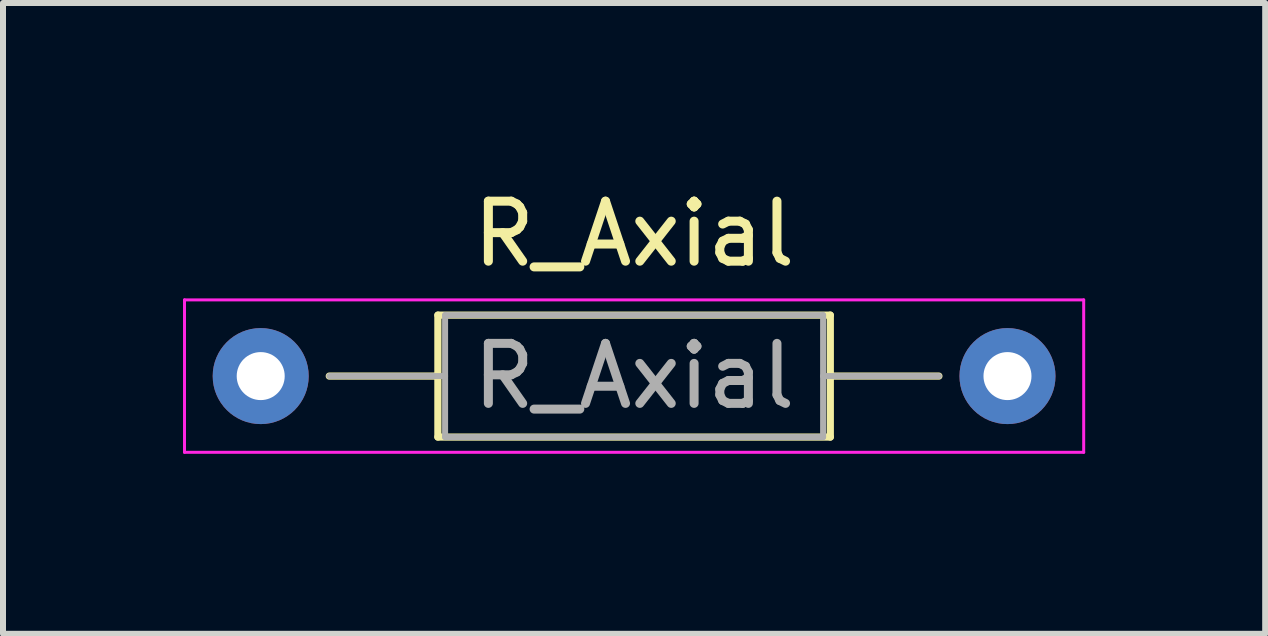
<source format=kicad_pcb>
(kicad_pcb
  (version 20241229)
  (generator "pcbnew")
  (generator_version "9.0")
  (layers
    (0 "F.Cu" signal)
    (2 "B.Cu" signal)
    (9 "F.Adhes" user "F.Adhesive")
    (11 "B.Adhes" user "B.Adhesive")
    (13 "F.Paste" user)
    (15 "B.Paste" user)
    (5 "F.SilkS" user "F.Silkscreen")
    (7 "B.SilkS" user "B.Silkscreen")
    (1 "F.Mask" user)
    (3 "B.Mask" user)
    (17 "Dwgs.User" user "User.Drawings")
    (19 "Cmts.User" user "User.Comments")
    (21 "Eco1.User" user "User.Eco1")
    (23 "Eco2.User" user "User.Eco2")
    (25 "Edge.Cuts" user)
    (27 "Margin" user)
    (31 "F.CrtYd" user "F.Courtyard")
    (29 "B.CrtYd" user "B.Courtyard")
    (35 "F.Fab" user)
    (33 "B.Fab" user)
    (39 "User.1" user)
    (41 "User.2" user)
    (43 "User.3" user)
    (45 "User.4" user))
  (footprint "R_Axial"
    (layer "F.Cu")
    (at 2.438 3.218)
    (property "Reference" "R_Axial" (at 5.08 -2.37 0) (layer "F.SilkS") (effects (font (size 1 1) (thickness 0.15))))
    (attr through_hole)
    (fp_line (start 0 0) (end 1.81 0) (stroke (width 0.12) (type solid)) (layer "F.SilkS"))
    (fp_line (start 1.81 -1.016) (end 1.81 1.016) (stroke (width 0.12) (type solid)) (layer "F.SilkS"))
    (fp_line (start 1.81 1.016) (end 8.35 1.016) (stroke (width 0.12) (type solid)) (layer "F.SilkS"))
    (fp_line (start 8.35 -1.016) (end 1.81 -1.016) (stroke (width 0.12) (type solid)) (layer "F.SilkS"))
    (fp_line (start 8.35 1.016) (end 8.35 -1.016) (stroke (width 0.12) (type solid)) (layer "F.SilkS"))
    (fp_line (start 10.16 0) (end 8.35 0) (stroke (width 0.12) (type solid)) (layer "F.SilkS"))
    (fp_line (start -2.413 -1.27) (end -2.413 1.27) (stroke (width 0.05) (type solid)) (layer "F.CrtYd"))
    (fp_line (start -2.413 1.27) (end 12.573 1.27) (stroke (width 0.05) (type solid)) (layer "F.CrtYd"))
    (fp_line (start 12.573 -1.27) (end -2.413 -1.27) (stroke (width 0.05) (type solid)) (layer "F.CrtYd"))
    (fp_line (start 12.573 1.27) (end 12.573 -1.27) (stroke (width 0.05) (type solid)) (layer "F.CrtYd"))
    (fp_line (start 0 0) (end 1.93 0) (stroke (width 0.1) (type solid)) (layer "F.Fab"))
    (fp_line (start 1.93 -1.016) (end 1.93 1.016) (stroke (width 0.1) (type solid)) (layer "F.Fab"))
    (fp_line (start 1.93 1.016) (end 8.23 1.016) (stroke (width 0.1) (type solid)) (layer "F.Fab"))
    (fp_line (start 8.23 -1.016) (end 1.93 -1.016) (stroke (width 0.1) (type solid)) (layer "F.Fab"))
    (fp_line (start 8.23 1.016) (end 8.23 -1.016) (stroke (width 0.1) (type solid)) (layer "F.Fab"))
    (fp_line (start 10.16 0) (end 8.23 0) (stroke (width 0.1) (type solid)) (layer "F.Fab"))
    (fp_text user "${REFERENCE}" (at 5.08 0 0) (layer "F.Fab") (effects (font (size 1 1) (thickness 0.15))))
    (pad "1" thru_hole circle (at -1.143 0) (size 1.6 1.6) (drill 0.8) (layers "*.Cu" "*.Mask"))
    (pad "2" thru_hole oval (at 11.303 0) (size 1.6 1.6) (drill 0.8) (layers "*.Cu" "*.Mask")))
  (gr_rect
    (start -3 -3)
    (end 18.036 7.513)
    (stroke (width 0.1) (type default))
    (fill no)
    (layer "Edge.Cuts")))
</source>
